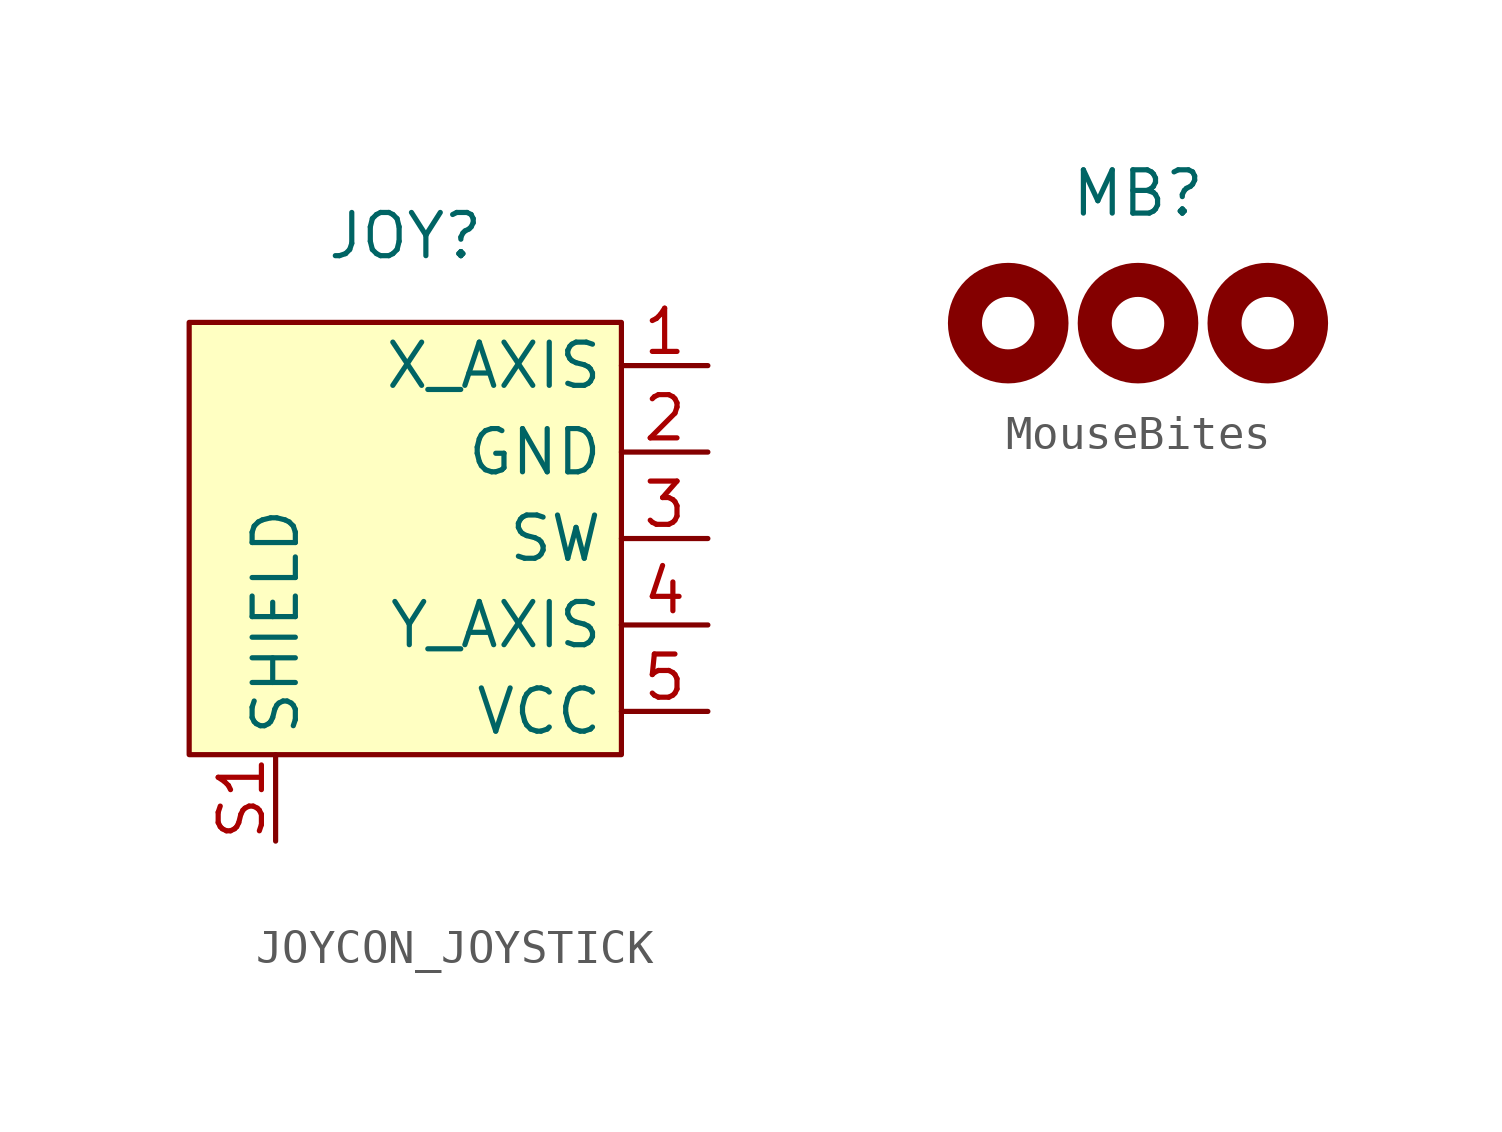
<source format=kicad_sym>
(kicad_symbol_lib
  (version 20220914)
  (generator kicad_symbol_editor)
  (symbol "JOYCON_JOYSTICK"
    (property "Reference" "JOY"
      (at 0 8.89 0)
      (effects (font (size 1.27 1.27))))
    (property "Value" ""
      (at 0 8.89 0)
      (effects (font (size 1.27 1.27))))
    (symbol "JOYCON_JOYSTICK_1_1"
      (rectangle (start -6.35 6.35) (end 6.35 -6.35) (stroke (width 0) (type default)) (fill (type background)))
      (pin passive line (at 8.89 5.08 180) (length 2.54) (name "X_AXIS" (effects (font (size 1.27 1.27)))) (number "1" (effects (font (size 1.27 1.27)))))
      (pin power_in line (at 8.89 2.54 180) (length 2.54) (name "GND" (effects (font (size 1.27 1.27)))) (number "2" (effects (font (size 1.27 1.27)))))
      (pin passive line (at 8.89 0 180) (length 2.54) (name "SW" (effects (font (size 1.27 1.27)))) (number "3" (effects (font (size 1.27 1.27)))))
      (pin passive line (at 8.89 -2.54 180) (length 2.54) (name "Y_AXIS" (effects (font (size 1.27 1.27)))) (number "4" (effects (font (size 1.27 1.27)))))
      (pin passive line (at 8.89 -5.08 180) (length 2.54) (name "VCC" (effects (font (size 1.27 1.27)))) (number "5" (effects (font (size 1.27 1.27)))))
      (pin passive line (at -3.81 -8.89 90) (length 2.54) (name "SHIELD" (effects (font (size 1.27 1.27)))) (number "S1" (effects (font (size 1.27 1.27)))))))
  (symbol "MouseBites"
    (property "Reference" "MB"
      (at 0 3.81 0)
      (effects (font (size 1.27 1.27))))
    (property "Value" ""
      (at 0 0 0)
      (effects (font (size 1.27 1.27))))
    (symbol "MouseBites_1_1"
      (circle (center -3.81 0) (radius 1.27) (stroke (width 1) (type default)) (fill (type none)))
      (circle (center 0 0) (radius 1.27) (stroke (width 1) (type default)) (fill (type none)))
      (circle (center 3.81 0) (radius 1.27) (stroke (width 1) (type default)) (fill (type none))))))
</source>
